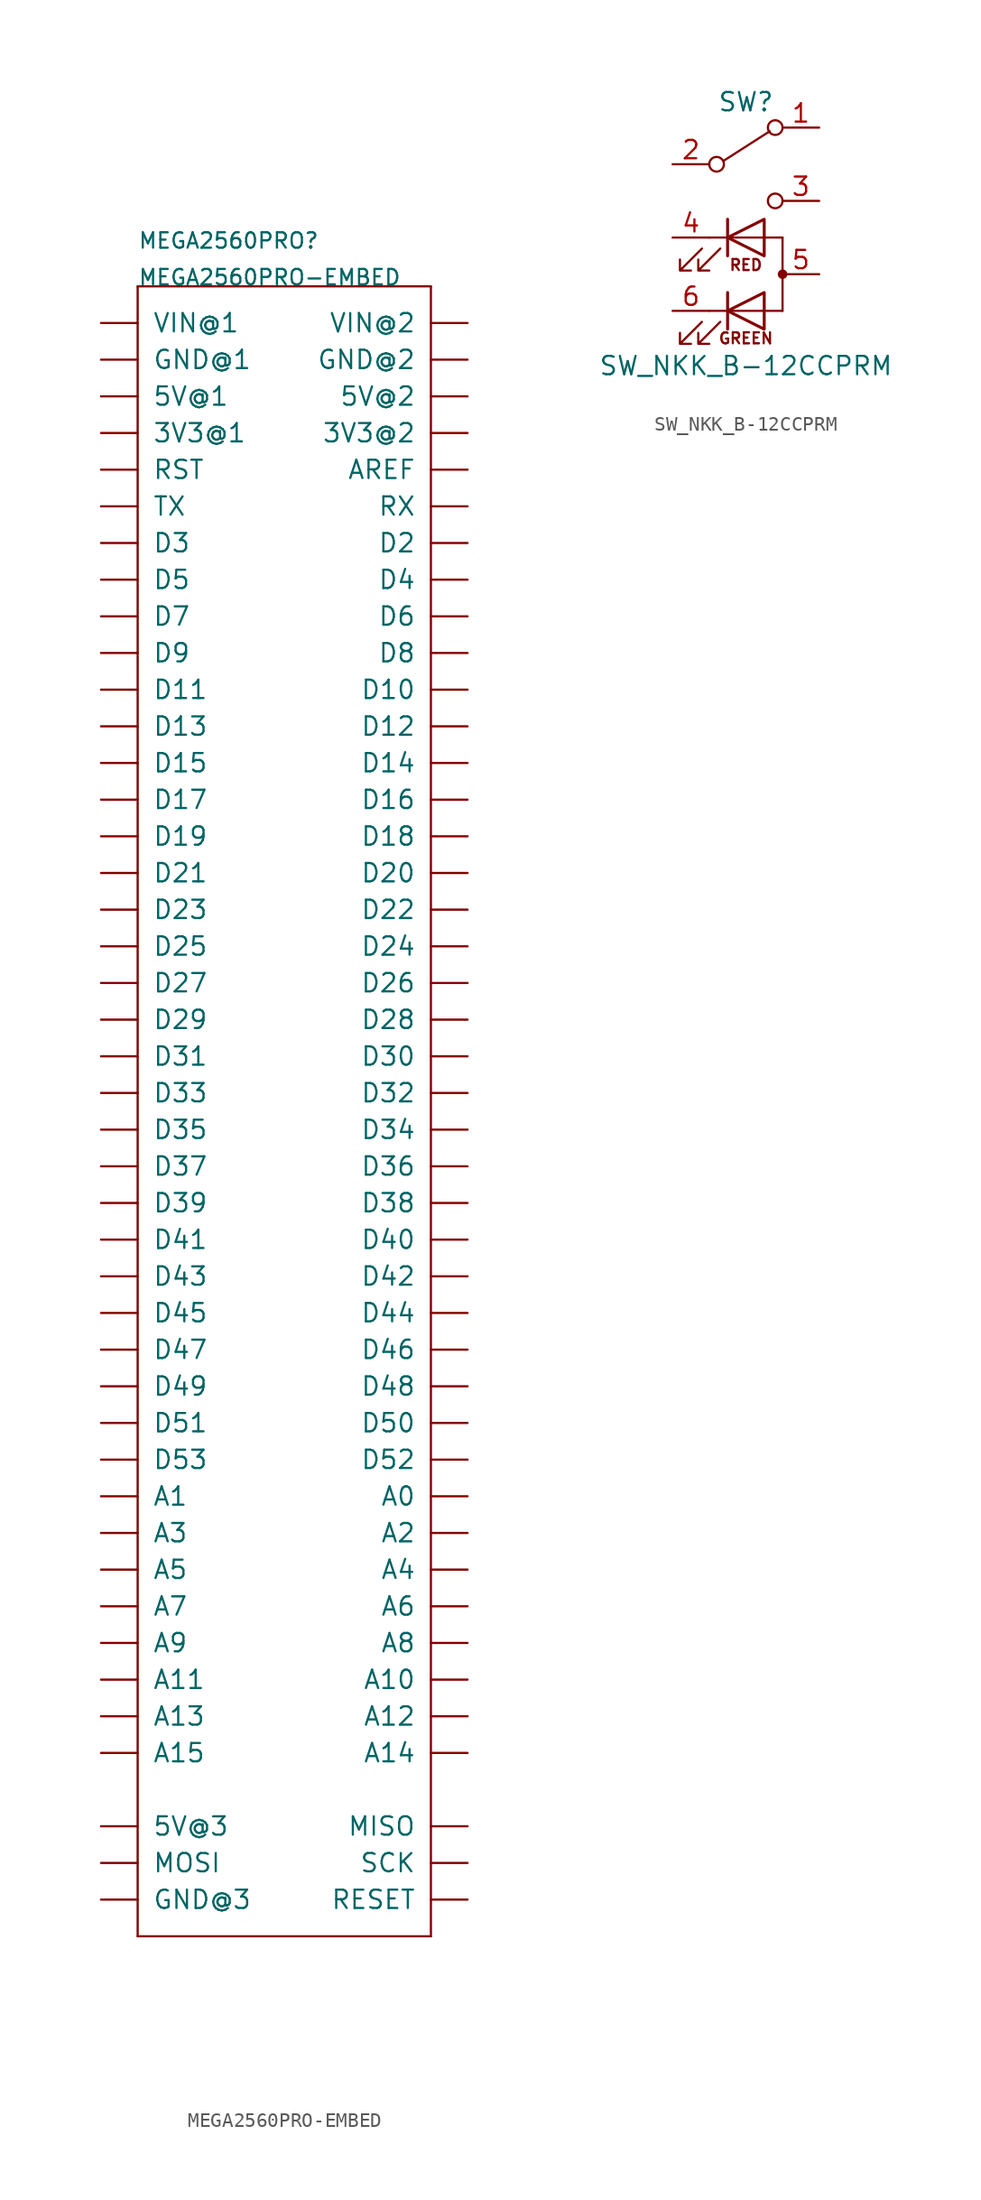
<source format=kicad_sym>
(kicad_symbol_lib
  (version 20211014)
  (generator kicad_symbol_editor)
  (symbol "MEGA2560PRO-EMBED"
    (pin_names
      (offset 1.016))
    (property "Reference" "MEGA2560PRO"
      (at -10.16 53.34 0)
      (effects (font (size 1.067 1.067)) (justify left bottom)))
    (property "Value" "MEGA2560PRO-EMBED"
      (at -10.16 50.8 0)
      (effects (font (size 1.067 1.067)) (justify left bottom)))
    (property "ki_locked" ""
      (at 0 0 0)
      (effects (font (size 1.27 1.27))))
    (symbol "MEGA2560PRO-EMBED_1_0"
      (polyline (pts (xy -10.16 -63.5) (xy 10.16 -63.5)) (stroke (width 0) (type default) (color 0 0 0 0)) (fill (type none)))
      (polyline (pts (xy -10.16 50.8) (xy -10.16 -63.5)) (stroke (width 0) (type default) (color 0 0 0 0)) (fill (type none)))
      (polyline (pts (xy 10.16 -63.5) (xy 10.16 50.8)) (stroke (width 0) (type default) (color 0 0 0 0)) (fill (type none)))
      (polyline (pts (xy 10.16 50.8) (xy -10.16 50.8)) (stroke (width 0) (type default) (color 0 0 0 0)) (fill (type none)))
      (pin passive line (at -12.7 40.64 0) (length 2.54) (name "3V3@1" (effects (font (size 1.27 1.27)))) (number "3V3@1" (effects (font (size 0 0)))))
      (pin passive line (at 12.7 40.64 180) (length 2.54) (name "3V3@2" (effects (font (size 1.27 1.27)))) (number "3V3@2" (effects (font (size 0 0)))))
      (pin passive line (at -12.7 43.18 0) (length 2.54) (name "5V@1" (effects (font (size 1.27 1.27)))) (number "5V@1" (effects (font (size 0 0)))))
      (pin passive line (at 12.7 43.18 180) (length 2.54) (name "5V@2" (effects (font (size 1.27 1.27)))) (number "5V@2" (effects (font (size 0 0)))))
      (pin passive line (at -12.7 -55.88 0) (length 2.54) (name "5V@3" (effects (font (size 1.27 1.27)))) (number "5V@3" (effects (font (size 0 0)))))
      (pin bidirectional line (at 12.7 -33.02 180) (length 2.54) (name "A0" (effects (font (size 1.27 1.27)))) (number "A0" (effects (font (size 0 0)))))
      (pin bidirectional line (at -12.7 -33.02 0) (length 2.54) (name "A1" (effects (font (size 1.27 1.27)))) (number "A1" (effects (font (size 0 0)))))
      (pin bidirectional line (at 12.7 -45.72 180) (length 2.54) (name "A10" (effects (font (size 1.27 1.27)))) (number "A10" (effects (font (size 0 0)))))
      (pin bidirectional line (at -12.7 -45.72 0) (length 2.54) (name "A11" (effects (font (size 1.27 1.27)))) (number "A11" (effects (font (size 0 0)))))
      (pin bidirectional line (at 12.7 -48.26 180) (length 2.54) (name "A12" (effects (font (size 1.27 1.27)))) (number "A12" (effects (font (size 0 0)))))
      (pin bidirectional line (at -12.7 -48.26 0) (length 2.54) (name "A13" (effects (font (size 1.27 1.27)))) (number "A13" (effects (font (size 0 0)))))
      (pin bidirectional line (at 12.7 -50.8 180) (length 2.54) (name "A14" (effects (font (size 1.27 1.27)))) (number "A14" (effects (font (size 0 0)))))
      (pin bidirectional line (at -12.7 -50.8 0) (length 2.54) (name "A15" (effects (font (size 1.27 1.27)))) (number "A15" (effects (font (size 0 0)))))
      (pin bidirectional line (at 12.7 -35.56 180) (length 2.54) (name "A2" (effects (font (size 1.27 1.27)))) (number "A2" (effects (font (size 0 0)))))
      (pin bidirectional line (at -12.7 -35.56 0) (length 2.54) (name "A3" (effects (font (size 1.27 1.27)))) (number "A3" (effects (font (size 0 0)))))
      (pin bidirectional line (at 12.7 -38.1 180) (length 2.54) (name "A4" (effects (font (size 1.27 1.27)))) (number "A4" (effects (font (size 0 0)))))
      (pin bidirectional line (at -12.7 -38.1 0) (length 2.54) (name "A5" (effects (font (size 1.27 1.27)))) (number "A5" (effects (font (size 0 0)))))
      (pin bidirectional line (at 12.7 -40.64 180) (length 2.54) (name "A6" (effects (font (size 1.27 1.27)))) (number "A6" (effects (font (size 0 0)))))
      (pin bidirectional line (at -12.7 -40.64 0) (length 2.54) (name "A7" (effects (font (size 1.27 1.27)))) (number "A7" (effects (font (size 0 0)))))
      (pin bidirectional line (at 12.7 -43.18 180) (length 2.54) (name "A8" (effects (font (size 1.27 1.27)))) (number "A8" (effects (font (size 0 0)))))
      (pin bidirectional line (at -12.7 -43.18 0) (length 2.54) (name "A9" (effects (font (size 1.27 1.27)))) (number "A9" (effects (font (size 0 0)))))
      (pin bidirectional line (at 12.7 38.1 180) (length 2.54) (name "AREF" (effects (font (size 1.27 1.27)))) (number "AREF" (effects (font (size 0 0)))))
      (pin bidirectional line (at 12.7 22.86 180) (length 2.54) (name "D10" (effects (font (size 1.27 1.27)))) (number "D10" (effects (font (size 0 0)))))
      (pin bidirectional line (at -12.7 22.86 0) (length 2.54) (name "D11" (effects (font (size 1.27 1.27)))) (number "D11" (effects (font (size 0 0)))))
      (pin bidirectional line (at 12.7 20.32 180) (length 2.54) (name "D12" (effects (font (size 1.27 1.27)))) (number "D12" (effects (font (size 0 0)))))
      (pin bidirectional line (at -12.7 20.32 0) (length 2.54) (name "D13" (effects (font (size 1.27 1.27)))) (number "D13" (effects (font (size 0 0)))))
      (pin bidirectional line (at 12.7 17.78 180) (length 2.54) (name "D14" (effects (font (size 1.27 1.27)))) (number "D14" (effects (font (size 0 0)))))
      (pin bidirectional line (at -12.7 17.78 0) (length 2.54) (name "D15" (effects (font (size 1.27 1.27)))) (number "D15" (effects (font (size 0 0)))))
      (pin bidirectional line (at 12.7 15.24 180) (length 2.54) (name "D16" (effects (font (size 1.27 1.27)))) (number "D16" (effects (font (size 0 0)))))
      (pin bidirectional line (at -12.7 15.24 0) (length 2.54) (name "D17" (effects (font (size 1.27 1.27)))) (number "D17" (effects (font (size 0 0)))))
      (pin bidirectional line (at 12.7 12.7 180) (length 2.54) (name "D18" (effects (font (size 1.27 1.27)))) (number "D18" (effects (font (size 0 0)))))
      (pin bidirectional line (at -12.7 12.7 0) (length 2.54) (name "D19" (effects (font (size 1.27 1.27)))) (number "D19" (effects (font (size 0 0)))))
      (pin bidirectional line (at 12.7 33.02 180) (length 2.54) (name "D2" (effects (font (size 1.27 1.27)))) (number "D2" (effects (font (size 0 0)))))
      (pin bidirectional line (at 12.7 10.16 180) (length 2.54) (name "D20" (effects (font (size 1.27 1.27)))) (number "D20" (effects (font (size 0 0)))))
      (pin bidirectional line (at -12.7 10.16 0) (length 2.54) (name "D21" (effects (font (size 1.27 1.27)))) (number "D21" (effects (font (size 0 0)))))
      (pin bidirectional line (at 12.7 7.62 180) (length 2.54) (name "D22" (effects (font (size 1.27 1.27)))) (number "D22" (effects (font (size 0 0)))))
      (pin bidirectional line (at -12.7 7.62 0) (length 2.54) (name "D23" (effects (font (size 1.27 1.27)))) (number "D23" (effects (font (size 0 0)))))
      (pin bidirectional line (at 12.7 5.08 180) (length 2.54) (name "D24" (effects (font (size 1.27 1.27)))) (number "D24" (effects (font (size 0 0)))))
      (pin bidirectional line (at -12.7 5.08 0) (length 2.54) (name "D25" (effects (font (size 1.27 1.27)))) (number "D25" (effects (font (size 0 0)))))
      (pin bidirectional line (at 12.7 2.54 180) (length 2.54) (name "D26" (effects (font (size 1.27 1.27)))) (number "D26" (effects (font (size 0 0)))))
      (pin bidirectional line (at -12.7 2.54 0) (length 2.54) (name "D27" (effects (font (size 1.27 1.27)))) (number "D27" (effects (font (size 0 0)))))
      (pin bidirectional line (at 12.7 0 180) (length 2.54) (name "D28" (effects (font (size 1.27 1.27)))) (number "D28" (effects (font (size 0 0)))))
      (pin bidirectional line (at -12.7 0 0) (length 2.54) (name "D29" (effects (font (size 1.27 1.27)))) (number "D29" (effects (font (size 0 0)))))
      (pin bidirectional line (at -12.7 33.02 0) (length 2.54) (name "D3" (effects (font (size 1.27 1.27)))) (number "D3" (effects (font (size 0 0)))))
      (pin bidirectional line (at 12.7 -2.54 180) (length 2.54) (name "D30" (effects (font (size 1.27 1.27)))) (number "D30" (effects (font (size 0 0)))))
      (pin bidirectional line (at -12.7 -2.54 0) (length 2.54) (name "D31" (effects (font (size 1.27 1.27)))) (number "D31" (effects (font (size 0 0)))))
      (pin bidirectional line (at 12.7 -5.08 180) (length 2.54) (name "D32" (effects (font (size 1.27 1.27)))) (number "D32" (effects (font (size 0 0)))))
      (pin bidirectional line (at -12.7 -5.08 0) (length 2.54) (name "D33" (effects (font (size 1.27 1.27)))) (number "D33" (effects (font (size 0 0)))))
      (pin bidirectional line (at 12.7 -7.62 180) (length 2.54) (name "D34" (effects (font (size 1.27 1.27)))) (number "D34" (effects (font (size 0 0)))))
      (pin bidirectional line (at -12.7 -7.62 0) (length 2.54) (name "D35" (effects (font (size 1.27 1.27)))) (number "D35" (effects (font (size 0 0)))))
      (pin bidirectional line (at 12.7 -10.16 180) (length 2.54) (name "D36" (effects (font (size 1.27 1.27)))) (number "D36" (effects (font (size 0 0)))))
      (pin bidirectional line (at -12.7 -10.16 0) (length 2.54) (name "D37" (effects (font (size 1.27 1.27)))) (number "D37" (effects (font (size 0 0)))))
      (pin bidirectional line (at 12.7 -12.7 180) (length 2.54) (name "D38" (effects (font (size 1.27 1.27)))) (number "D38" (effects (font (size 0 0)))))
      (pin bidirectional line (at -12.7 -12.7 0) (length 2.54) (name "D39" (effects (font (size 1.27 1.27)))) (number "D39" (effects (font (size 0 0)))))
      (pin bidirectional line (at 12.7 30.48 180) (length 2.54) (name "D4" (effects (font (size 1.27 1.27)))) (number "D4" (effects (font (size 0 0)))))
      (pin bidirectional line (at 12.7 -15.24 180) (length 2.54) (name "D40" (effects (font (size 1.27 1.27)))) (number "D40" (effects (font (size 0 0)))))
      (pin bidirectional line (at -12.7 -15.24 0) (length 2.54) (name "D41" (effects (font (size 1.27 1.27)))) (number "D41" (effects (font (size 0 0)))))
      (pin bidirectional line (at 12.7 -17.78 180) (length 2.54) (name "D42" (effects (font (size 1.27 1.27)))) (number "D42" (effects (font (size 0 0)))))
      (pin bidirectional line (at -12.7 -17.78 0) (length 2.54) (name "D43" (effects (font (size 1.27 1.27)))) (number "D43" (effects (font (size 0 0)))))
      (pin bidirectional line (at 12.7 -20.32 180) (length 2.54) (name "D44" (effects (font (size 1.27 1.27)))) (number "D44" (effects (font (size 0 0)))))
      (pin bidirectional line (at -12.7 -20.32 0) (length 2.54) (name "D45" (effects (font (size 1.27 1.27)))) (number "D45" (effects (font (size 0 0)))))
      (pin bidirectional line (at 12.7 -22.86 180) (length 2.54) (name "D46" (effects (font (size 1.27 1.27)))) (number "D46" (effects (font (size 0 0)))))
      (pin bidirectional line (at -12.7 -22.86 0) (length 2.54) (name "D47" (effects (font (size 1.27 1.27)))) (number "D47" (effects (font (size 0 0)))))
      (pin bidirectional line (at 12.7 -25.4 180) (length 2.54) (name "D48" (effects (font (size 1.27 1.27)))) (number "D48" (effects (font (size 0 0)))))
      (pin bidirectional line (at -12.7 -25.4 0) (length 2.54) (name "D49" (effects (font (size 1.27 1.27)))) (number "D49" (effects (font (size 0 0)))))
      (pin bidirectional line (at -12.7 30.48 0) (length 2.54) (name "D5" (effects (font (size 1.27 1.27)))) (number "D5" (effects (font (size 0 0)))))
      (pin bidirectional line (at 12.7 -27.94 180) (length 2.54) (name "D50" (effects (font (size 1.27 1.27)))) (number "D50" (effects (font (size 0 0)))))
      (pin bidirectional line (at -12.7 -27.94 0) (length 2.54) (name "D51" (effects (font (size 1.27 1.27)))) (number "D51" (effects (font (size 0 0)))))
      (pin bidirectional line (at 12.7 -30.48 180) (length 2.54) (name "D52" (effects (font (size 1.27 1.27)))) (number "D52" (effects (font (size 0 0)))))
      (pin bidirectional line (at -12.7 -30.48 0) (length 2.54) (name "D53" (effects (font (size 1.27 1.27)))) (number "D53" (effects (font (size 0 0)))))
      (pin bidirectional line (at 12.7 27.94 180) (length 2.54) (name "D6" (effects (font (size 1.27 1.27)))) (number "D6" (effects (font (size 0 0)))))
      (pin bidirectional line (at -12.7 27.94 0) (length 2.54) (name "D7" (effects (font (size 1.27 1.27)))) (number "D7" (effects (font (size 0 0)))))
      (pin bidirectional line (at 12.7 25.4 180) (length 2.54) (name "D8" (effects (font (size 1.27 1.27)))) (number "D8" (effects (font (size 0 0)))))
      (pin bidirectional line (at -12.7 25.4 0) (length 2.54) (name "D9" (effects (font (size 1.27 1.27)))) (number "D9" (effects (font (size 0 0)))))
      (pin passive line (at -12.7 45.72 0) (length 2.54) (name "GND@1" (effects (font (size 1.27 1.27)))) (number "GND@1" (effects (font (size 0 0)))))
      (pin passive line (at 12.7 45.72 180) (length 2.54) (name "GND@2" (effects (font (size 1.27 1.27)))) (number "GND@2" (effects (font (size 0 0)))))
      (pin passive line (at -12.7 -60.96 0) (length 2.54) (name "GND@3" (effects (font (size 1.27 1.27)))) (number "GND@3" (effects (font (size 0 0)))))
      (pin bidirectional line (at 12.7 -55.88 180) (length 2.54) (name "MISO" (effects (font (size 1.27 1.27)))) (number "MISO" (effects (font (size 0 0)))))
      (pin bidirectional line (at -12.7 -58.42 0) (length 2.54) (name "MOSI" (effects (font (size 1.27 1.27)))) (number "MOSI" (effects (font (size 0 0)))))
      (pin bidirectional line (at 12.7 -60.96 180) (length 2.54) (name "RESET" (effects (font (size 1.27 1.27)))) (number "RESET" (effects (font (size 0 0)))))
      (pin bidirectional line (at -12.7 38.1 0) (length 2.54) (name "RST" (effects (font (size 1.27 1.27)))) (number "RST" (effects (font (size 0 0)))))
      (pin bidirectional line (at 12.7 35.56 180) (length 2.54) (name "RX" (effects (font (size 1.27 1.27)))) (number "RX" (effects (font (size 0 0)))))
      (pin bidirectional line (at 12.7 -58.42 180) (length 2.54) (name "SCK" (effects (font (size 1.27 1.27)))) (number "SCK" (effects (font (size 0 0)))))
      (pin bidirectional line (at -12.7 35.56 0) (length 2.54) (name "TX" (effects (font (size 1.27 1.27)))) (number "TX" (effects (font (size 0 0)))))
      (pin passive line (at -12.7 48.26 0) (length 2.54) (name "VIN@1" (effects (font (size 1.27 1.27)))) (number "VIN@1" (effects (font (size 0 0)))))
      (pin passive line (at 12.7 48.26 180) (length 2.54) (name "VIN@2" (effects (font (size 1.27 1.27)))) (number "VIN@2" (effects (font (size 0 0)))))))
  (symbol "SW_NKK_B-12CCPRM"
    (pin_names
      (offset 1.016) hide)
    (property "Reference" "SW"
      (at 0 9.398 0)
      (effects (font (size 1.27 1.27))))
    (property "Value" "SW_NKK_B-12CCPRM"
      (at 0 -8.89 0)
      (effects (font (size 1.27 1.27))))
    (symbol "SW_NKK_B-12CCPRM_0_0"
      (circle (center -2.032 5.08) (radius 0.508) (stroke (width 0) (type default) (color 0 0 0 0)) (fill (type none)))
      (polyline (pts (xy -2.54 -5.08) (xy 2.54 -5.08)) (stroke (width 0) (type default) (color 0 0 0 0)) (fill (type none)))
      (polyline (pts (xy -2.54 0) (xy 2.54 0)) (stroke (width 0) (type default) (color 0 0 0 0)) (fill (type none)))
      (circle (center 2.032 2.54) (radius 0.508) (stroke (width 0) (type default) (color 0 0 0 0)) (fill (type none)))
      (text "GREEN" (at 0 -6.985 0) (effects (font (size 0.762 0.762))))
      (text "RED" (at 0 -1.905 0) (effects (font (size 0.762 0.762)))))
    (symbol "SW_NKK_B-12CCPRM_0_1"
      (polyline (pts (xy -1.524 5.334) (xy 1.651 7.366)) (stroke (width 0) (type default) (color 0 0 0 0)) (fill (type none)))
      (polyline (pts (xy -1.27 -6.35) (xy -1.27 -3.81)) (stroke (width 0.203) (type default) (color 0 0 0 0)) (fill (type none)))
      (polyline (pts (xy -1.27 -1.27) (xy -1.27 1.27)) (stroke (width 0.203) (type default) (color 0 0 0 0)) (fill (type none)))
      (polyline (pts (xy 2.54 0) (xy 2.54 -5.08)) (stroke (width 0) (type default) (color 0 0 0 0)) (fill (type none)))
      (polyline (pts (xy 1.27 -6.35) (xy 1.27 -3.81) (xy -1.27 -5.08) (xy 1.27 -6.35)) (stroke (width 0.203) (type default) (color 0 0 0 0)) (fill (type none)))
      (polyline (pts (xy 1.27 -1.27) (xy 1.27 1.27) (xy -1.27 0) (xy 1.27 -1.27)) (stroke (width 0.203) (type default) (color 0 0 0 0)) (fill (type none)))
      (polyline (pts (xy -3.048 -5.842) (xy -4.572 -7.366) (xy -3.81 -7.366) (xy -4.572 -7.366) (xy -4.572 -6.604)) (stroke (width 0) (type default) (color 0 0 0 0)) (fill (type none)))
      (polyline (pts (xy -3.048 -0.762) (xy -4.572 -2.286) (xy -3.81 -2.286) (xy -4.572 -2.286) (xy -4.572 -1.524)) (stroke (width 0) (type default) (color 0 0 0 0)) (fill (type none)))
      (polyline (pts (xy -1.778 -5.842) (xy -3.302 -7.366) (xy -2.54 -7.366) (xy -3.302 -7.366) (xy -3.302 -6.604)) (stroke (width 0) (type default) (color 0 0 0 0)) (fill (type none)))
      (polyline (pts (xy -1.778 -0.762) (xy -3.302 -2.286) (xy -2.54 -2.286) (xy -3.302 -2.286) (xy -3.302 -1.524)) (stroke (width 0) (type default) (color 0 0 0 0)) (fill (type none)))
      (circle (center 2.032 7.62) (radius 0.508) (stroke (width 0) (type default) (color 0 0 0 0)) (fill (type none)))
      (circle (center 2.54 -2.54) (radius 0.254) (stroke (width 0) (type default) (color 0 0 0 0)) (fill (type outline)))
      (pin passive line (at -5.08 0 0) (length 2.54) (name "KR" (effects (font (size 1.27 1.27)))) (number "4" (effects (font (size 1.27 1.27)))))
      (pin passive line (at 5.08 -2.54 180) (length 2.54) (name "A" (effects (font (size 1.27 1.27)))) (number "5" (effects (font (size 1.27 1.27)))))
      (pin passive line (at -5.08 -5.08 0) (length 2.54) (name "KG" (effects (font (size 1.27 1.27)))) (number "6" (effects (font (size 1.27 1.27))))))
    (symbol "SW_NKK_B-12CCPRM_1_1"
      (pin passive line (at 5.08 7.62 180) (length 2.54) (name "A" (effects (font (size 1.27 1.27)))) (number "1" (effects (font (size 1.27 1.27)))))
      (pin passive line (at -5.08 5.08 0) (length 2.54) (name "B" (effects (font (size 1.27 1.27)))) (number "2" (effects (font (size 1.27 1.27)))))
      (pin passive line (at 5.08 2.54 180) (length 2.54) (name "C" (effects (font (size 1.27 1.27)))) (number "3" (effects (font (size 1.27 1.27))))))))
</source>
